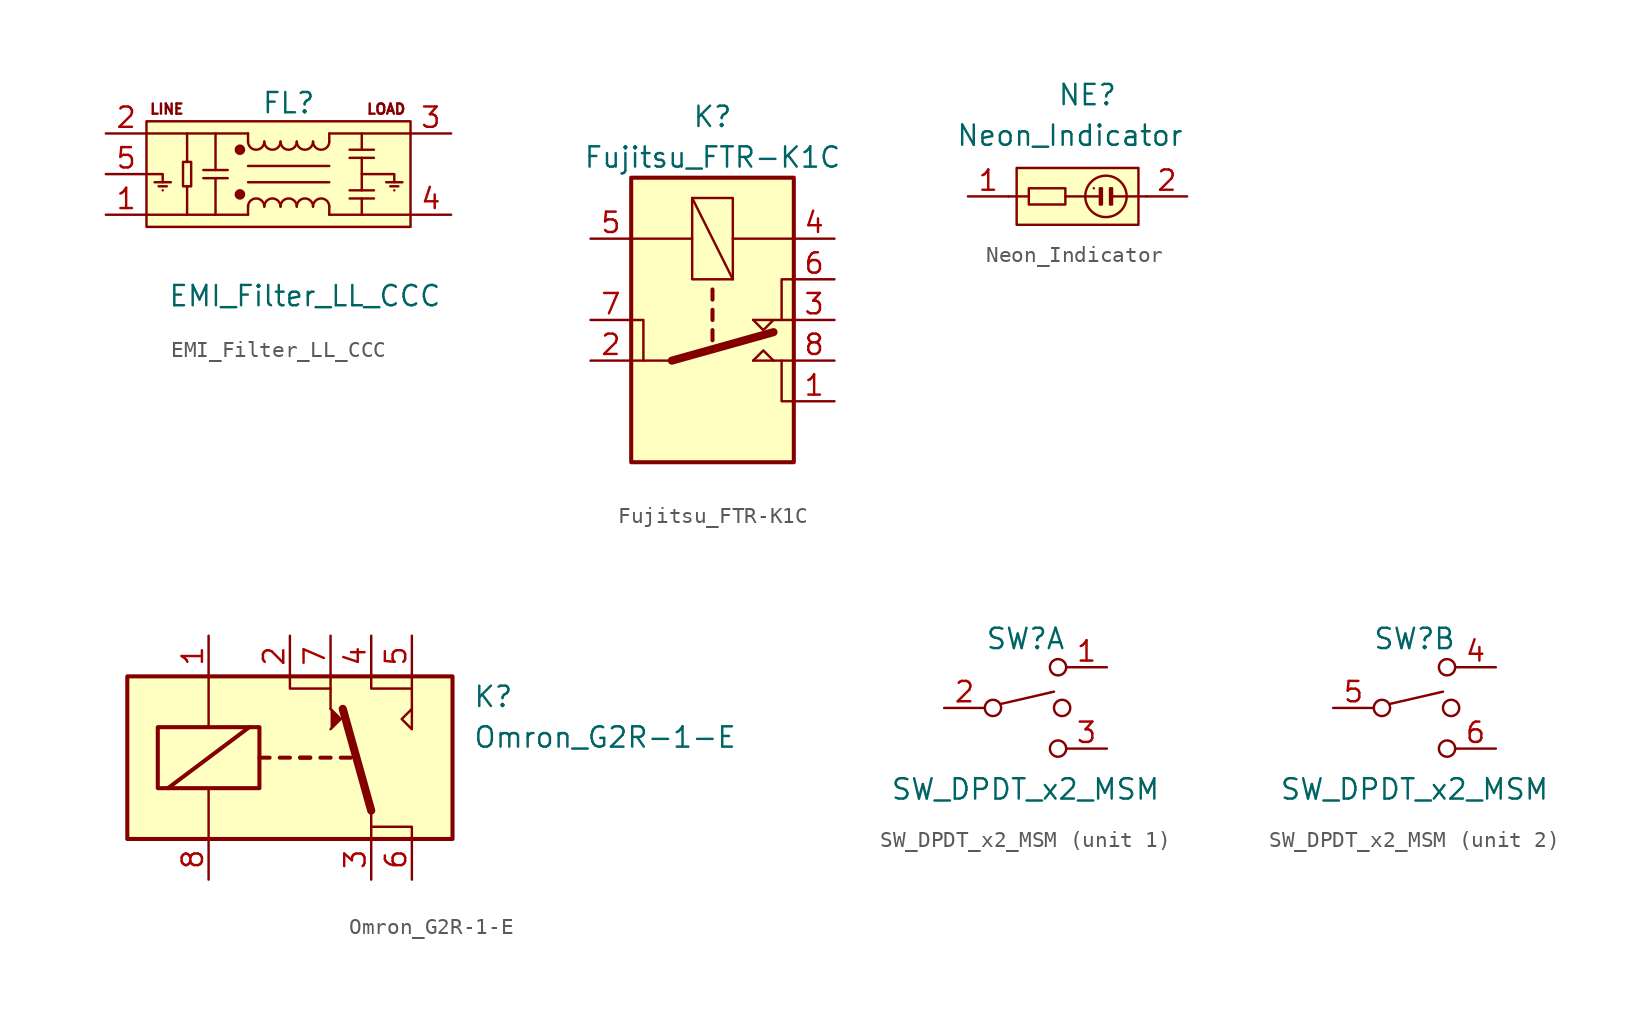
<source format=kicad_sym>
(kicad_symbol_lib
  (version 20211014)
  (generator kicad_symbol_editor)
  (symbol "EMI_Filter_LL_CCC"
    (pin_names hide)
    (property "Reference" "FL"
      (at 0 4.445 0)
      (effects (font (size 1.27 1.27))))
    (property "Value" "EMI_Filter_LL_CCC"
      (at 1.016 -7.62 0)
      (effects (font (size 1.27 1.27))))
    (symbol "EMI_Filter_LL_CCC_0_0"
      (text "LINE" (at -7.62 4.064 0) (effects (font (size 0.635 0.635))))
      (text "LOAD" (at 6.096 4.064 0) (effects (font (size 0.635 0.635)))))
    (symbol "EMI_Filter_LL_CCC_0_1"
      (rectangle (start -8.89 3.302) (end 7.62 -3.302) (stroke (width 0) (type default) (color 0 0 0 0)) (fill (type background)))
      (rectangle (start -6.604 0.762) (end -6.096 -0.762) (stroke (width 0) (type default) (color 0 0 0 0)) (fill (type none)))
      (circle (center -3.048 -1.27) (radius 0.254) (stroke (width 0) (type default) (color 0 0 0 0)) (fill (type outline)))
      (circle (center -3.048 1.524) (radius 0.254) (stroke (width 0) (type default) (color 0 0 0 0)) (fill (type outline)))
      (arc (start -2.54 2.032) (mid -2.032 1.524) (end -1.524 2.032) (stroke (width 0) (type default) (color 0 0 0 0)) (fill (type none)))
      (arc (start -1.524 -2.032) (mid -2.032 -1.524) (end -2.54 -2.032) (stroke (width 0) (type default) (color 0 0 0 0)) (fill (type none)))
      (arc (start -1.524 2.032) (mid -1.016 1.524) (end -0.508 2.032) (stroke (width 0) (type default) (color 0 0 0 0)) (fill (type none)))
      (arc (start -0.508 -2.032) (mid -1.016 -1.524) (end -1.524 -2.032) (stroke (width 0) (type default) (color 0 0 0 0)) (fill (type none)))
      (arc (start -0.508 2.032) (mid 0 1.524) (end 0.508 2.032) (stroke (width 0) (type default) (color 0 0 0 0)) (fill (type none)))
      (polyline (pts (xy -7.874 -1.016) (xy -7.874 -1.016)) (stroke (width 0) (type default) (color 0 0 0 0)) (fill (type none)))
      (polyline (pts (xy -7.62 -0.762) (xy -8.128 -0.762)) (stroke (width 0) (type default) (color 0 0 0 0)) (fill (type none)))
      (polyline (pts (xy -7.366 -0.508) (xy -8.382 -0.508)) (stroke (width 0) (type default) (color 0 0 0 0)) (fill (type none)))
      (polyline (pts (xy -6.35 -0.762) (xy -6.35 -2.54)) (stroke (width 0) (type default) (color 0 0 0 0)) (fill (type none)))
      (polyline (pts (xy -6.35 0.762) (xy -6.35 2.54)) (stroke (width 0) (type default) (color 0 0 0 0)) (fill (type none)))
      (polyline (pts (xy -4.572 -0.254) (xy -4.572 -2.54)) (stroke (width 0) (type default) (color 0 0 0 0)) (fill (type none)))
      (polyline (pts (xy -4.572 2.54) (xy -4.572 0.254)) (stroke (width 0) (type default) (color 0 0 0 0)) (fill (type none)))
      (polyline (pts (xy -3.81 -0.254) (xy -5.334 -0.254)) (stroke (width 0) (type default) (color 0 0 0 0)) (fill (type none)))
      (polyline (pts (xy -3.81 0.254) (xy -5.334 0.254)) (stroke (width 0) (type default) (color 0 0 0 0)) (fill (type none)))
      (polyline (pts (xy -2.54 -2.54) (xy -8.89 -2.54)) (stroke (width 0) (type default) (color 0 0 0 0)) (fill (type none)))
      (polyline (pts (xy -2.54 -2.032) (xy -2.54 -2.54)) (stroke (width 0) (type default) (color 0 0 0 0)) (fill (type none)))
      (polyline (pts (xy -2.54 0.508) (xy 2.54 0.508)) (stroke (width 0) (type default) (color 0 0 0 0)) (fill (type none)))
      (polyline (pts (xy -2.54 2.032) (xy -2.54 2.54)) (stroke (width 0) (type default) (color 0 0 0 0)) (fill (type none)))
      (polyline (pts (xy -2.54 2.54) (xy -8.89 2.54)) (stroke (width 0) (type default) (color 0 0 0 0)) (fill (type none)))
      (polyline (pts (xy 2.54 -2.54) (xy 7.62 -2.54)) (stroke (width 0) (type default) (color 0 0 0 0)) (fill (type none)))
      (polyline (pts (xy 2.54 -2.032) (xy 2.54 -2.54)) (stroke (width 0) (type default) (color 0 0 0 0)) (fill (type none)))
      (polyline (pts (xy 2.54 -0.508) (xy -2.54 -0.508)) (stroke (width 0) (type default) (color 0 0 0 0)) (fill (type none)))
      (polyline (pts (xy 2.54 2.54) (xy 2.54 2.032)) (stroke (width 0) (type default) (color 0 0 0 0)) (fill (type none)))
      (polyline (pts (xy 2.54 2.54) (xy 7.62 2.54)) (stroke (width 0) (type default) (color 0 0 0 0)) (fill (type none)))
      (polyline (pts (xy 3.81 -1.524) (xy 5.334 -1.524)) (stroke (width 0) (type default) (color 0 0 0 0)) (fill (type none)))
      (polyline (pts (xy 3.81 -1.016) (xy 5.334 -1.016)) (stroke (width 0) (type default) (color 0 0 0 0)) (fill (type none)))
      (polyline (pts (xy 3.81 1.016) (xy 5.334 1.016)) (stroke (width 0) (type default) (color 0 0 0 0)) (fill (type none)))
      (polyline (pts (xy 3.81 1.524) (xy 5.334 1.524)) (stroke (width 0) (type default) (color 0 0 0 0)) (fill (type none)))
      (polyline (pts (xy 4.572 -1.524) (xy 4.572 -2.54)) (stroke (width 0) (type default) (color 0 0 0 0)) (fill (type none)))
      (polyline (pts (xy 4.572 1.016) (xy 4.572 -1.016)) (stroke (width 0) (type default) (color 0 0 0 0)) (fill (type none)))
      (polyline (pts (xy 4.572 2.54) (xy 4.572 1.524)) (stroke (width 0) (type default) (color 0 0 0 0)) (fill (type none)))
      (polyline (pts (xy 6.604 -1.016) (xy 6.604 -1.016)) (stroke (width 0) (type default) (color 0 0 0 0)) (fill (type none)))
      (polyline (pts (xy 6.858 -0.762) (xy 6.35 -0.762)) (stroke (width 0) (type default) (color 0 0 0 0)) (fill (type none)))
      (polyline (pts (xy 7.112 -0.508) (xy 6.096 -0.508)) (stroke (width 0) (type default) (color 0 0 0 0)) (fill (type none)))
      (polyline (pts (xy -7.874 -0.508) (xy -7.874 0) (xy -8.89 0)) (stroke (width 0) (type default) (color 0 0 0 0)) (fill (type none)))
      (polyline (pts (xy 6.604 -0.508) (xy 6.604 0) (xy 4.572 0)) (stroke (width 0) (type default) (color 0 0 0 0)) (fill (type none)))
      (arc (start 0.508 -2.032) (mid 0 -1.524) (end -0.508 -2.032) (stroke (width 0) (type default) (color 0 0 0 0)) (fill (type none)))
      (arc (start 0.508 2.032) (mid 1.016 1.524) (end 1.524 2.032) (stroke (width 0) (type default) (color 0 0 0 0)) (fill (type none)))
      (arc (start 1.524 -2.032) (mid 1.016 -1.524) (end 0.508 -2.032) (stroke (width 0) (type default) (color 0 0 0 0)) (fill (type none)))
      (arc (start 1.524 2.032) (mid 2.032 1.524) (end 2.54 2.032) (stroke (width 0) (type default) (color 0 0 0 0)) (fill (type none)))
      (arc (start 2.54 -2.032) (mid 2.032 -1.524) (end 1.524 -2.032) (stroke (width 0) (type default) (color 0 0 0 0)) (fill (type none))))
    (symbol "EMI_Filter_LL_CCC_1_1"
      (pin passive line (at -11.43 -2.54 0) (length 2.54) (name "1" (effects (font (size 1.27 1.27)))) (number "1" (effects (font (size 1.27 1.27)))))
      (pin passive line (at -11.43 2.54 0) (length 2.54) (name "2" (effects (font (size 1.27 1.27)))) (number "2" (effects (font (size 1.27 1.27)))))
      (pin passive line (at 10.16 2.54 180) (length 2.54) (name "3" (effects (font (size 1.27 1.27)))) (number "3" (effects (font (size 1.27 1.27)))))
      (pin passive line (at 10.16 -2.54 180) (length 2.54) (name "4" (effects (font (size 1.27 1.27)))) (number "4" (effects (font (size 1.27 1.27)))))
      (pin passive line (at -11.43 0 0) (length 2.54) (name "5" (effects (font (size 1.27 1.27)))) (number "5" (effects (font (size 1.27 1.27)))))))
  (symbol "Fujitsu_FTR-K1C"
    (property "Reference" "K"
      (at 0 12.7 0)
      (effects (font (size 1.27 1.27))))
    (property "Value" "Fujitsu_FTR-K1C"
      (at 0 10.16 0)
      (effects (font (size 1.27 1.27))))
    (symbol "Fujitsu_FTR-K1C_0_1"
      (rectangle (start -1.27 7.62) (end 1.27 2.54) (stroke (width 0) (type default) (color 0 0 0 0)) (fill (type none)))
      (polyline (pts (xy -1.27 7.62) (xy 1.27 2.54)) (stroke (width 0) (type default) (color 0 0 0 0)) (fill (type none)))
      (polyline (pts (xy 5.08 -2.54) (xy 2.54 -2.54)) (stroke (width 0) (type default) (color 0 0 0 0)) (fill (type none)))
      (polyline (pts (xy -5.08 0) (xy -4.318 0) (xy -4.318 -2.54)) (stroke (width 0) (type default) (color 0 0 0 0)) (fill (type none)))
      (polyline (pts (xy 2.54 0) (xy 3.175 -0.635) (xy 3.81 0)) (stroke (width 0) (type default) (color 0 0 0 0)) (fill (type none)))
      (polyline (pts (xy 4.318 -2.54) (xy 4.318 -5.08) (xy 5.08 -5.08)) (stroke (width 0) (type default) (color 0 0 0 0)) (fill (type none)))
      (polyline (pts (xy 5.08 2.54) (xy 4.318 2.54) (xy 4.318 0)) (stroke (width 0) (type default) (color 0 0 0 0)) (fill (type none))))
    (symbol "Fujitsu_FTR-K1C_1_1"
      (polyline (pts (xy -2.54 -2.54) (xy -5.08 -2.54)) (stroke (width 0) (type default) (color 0 0 0 0)) (fill (type none)))
      (polyline (pts (xy -2.54 -2.54) (xy 3.81 -0.762)) (stroke (width 0.508) (type default) (color 0 0 0 0)) (fill (type none)))
      (polyline (pts (xy 0 -0.635) (xy 0 -1.27)) (stroke (width 0.254) (type default) (color 0 0 0 0)) (fill (type none)))
      (polyline (pts (xy 0 0.635) (xy 0 0)) (stroke (width 0.254) (type default) (color 0 0 0 0)) (fill (type none)))
      (polyline (pts (xy 0 1.905) (xy 0 1.27)) (stroke (width 0.254) (type default) (color 0 0 0 0)) (fill (type none)))
      (polyline (pts (xy 2.54 0) (xy 5.08 0)) (stroke (width 0) (type default) (color 0 0 0 0)) (fill (type none)))
      (polyline (pts (xy 5.08 5.08) (xy 1.27 5.08)) (stroke (width 0) (type default) (color 0 0 0 0)) (fill (type none)))
      (polyline (pts (xy -5.08 5.08) (xy -1.27 5.08) (xy -1.524 5.08)) (stroke (width 0) (type default) (color 0 0 0 0)) (fill (type none)))
      (polyline (pts (xy 2.54 -2.54) (xy 3.175 -1.905) (xy 3.81 -2.54)) (stroke (width 0) (type default) (color 0 0 0 0)) (fill (type none)))
      (rectangle (start 5.08 8.89) (end -5.08 -8.89) (stroke (width 0.254) (type default) (color 0 0 0 0)) (fill (type background)))
      (pin passive line (at 7.62 -5.08 180) (length 2.54) (name "~" (effects (font (size 1.27 1.27)))) (number "1" (effects (font (size 1.27 1.27)))))
      (pin passive line (at -7.62 -2.54 0) (length 2.54) (name "~" (effects (font (size 1.27 1.27)))) (number "2" (effects (font (size 1.27 1.27)))))
      (pin passive line (at 7.62 0 180) (length 2.54) (name "~" (effects (font (size 1.27 1.27)))) (number "3" (effects (font (size 1.27 1.27)))))
      (pin passive line (at 7.62 5.08 180) (length 2.54) (name "~" (effects (font (size 1.27 1.27)))) (number "4" (effects (font (size 1.27 1.27)))))
      (pin passive line (at -7.62 5.08 0) (length 2.54) (name "~" (effects (font (size 1.27 1.27)))) (number "5" (effects (font (size 1.27 1.27)))))
      (pin passive line (at 7.62 2.54 180) (length 2.54) (name "~" (effects (font (size 1.27 1.27)))) (number "6" (effects (font (size 1.27 1.27)))))
      (pin passive line (at -7.62 0 0) (length 2.54) (name "~" (effects (font (size 1.27 1.27)))) (number "7" (effects (font (size 1.27 1.27)))))
      (pin passive line (at 7.62 -2.54 180) (length 2.54) (name "~" (effects (font (size 1.27 1.27)))) (number "8" (effects (font (size 1.27 1.27)))))))
  (symbol "Neon_Indicator"
    (pin_names
      (offset 0.025) hide)
    (property "Reference" "NE"
      (at -1.27 6.35 0)
      (effects (font (size 1.27 1.27)) (justify left)))
    (property "Value" "Neon_Indicator"
      (at -7.62 3.81 0)
      (effects (font (size 1.27 1.27)) (justify left)))
    (symbol "Neon_Indicator_0_1"
      (rectangle (start -0.762 0.508) (end -3.048 -0.508) (stroke (width 0) (type default) (color 0 0 0 0)) (fill (type none)))
      (polyline (pts (xy -3.048 0) (xy -4.318 0)) (stroke (width 0) (type default) (color 0 0 0 0)) (fill (type none)))
      (polyline (pts (xy -0.762 0) (xy 1.524 0)) (stroke (width 0) (type default) (color 0 0 0 0)) (fill (type none)))
      (polyline (pts (xy 1.016 0.508) (xy 1.016 0.508)) (stroke (width 0) (type default) (color 0 0 0 0)) (fill (type none)))
      (polyline (pts (xy 2.159 0) (xy 4.318 0)) (stroke (width 0) (type default) (color 0 0 0 0)) (fill (type none)))
      (rectangle (start 1.524 -0.508) (end 1.397 0.508) (stroke (width 0) (type default) (color 0 0 0 0)) (fill (type outline)))
      (circle (center 1.778 0) (radius 1.295) (stroke (width 0) (type default) (color 0 0 0 0)) (fill (type none)))
      (rectangle (start 2.159 -0.508) (end 2.032 0.508) (stroke (width 0) (type default) (color 0 0 0 0)) (fill (type outline)))
      (rectangle (start 3.81 1.778) (end -3.81 -1.778) (stroke (width 0) (type default) (color 0 0 0 0)) (fill (type background))))
    (symbol "Neon_Indicator_1_1"
      (pin passive line (at -6.858 0 0) (length 2.54) (name "~" (effects (font (size 1.27 1.27)))) (number "1" (effects (font (size 1.27 1.27)))))
      (pin passive line (at 6.858 0 180) (length 2.54) (name "~" (effects (font (size 1.27 1.27)))) (number "2" (effects (font (size 1.27 1.27)))))))
  (symbol "Omron_G2R-1-E"
    (pin_names
      (offset 1.016))
    (property "Reference" "K"
      (at 11.43 3.81 0)
      (effects (font (size 1.27 1.27)) (justify left)))
    (property "Value" "Omron_G2R-1-E"
      (at 11.43 1.27 0)
      (effects (font (size 1.27 1.27)) (justify left)))
    (symbol "Omron_G2R-1-E_0_0"
      (polyline (pts (xy 2.54 3.048) (xy 2.54 5.08)) (stroke (width 0) (type default) (color 0 0 0 0)) (fill (type none)))
      (polyline (pts (xy 7.62 3.048) (xy 7.62 5.08)) (stroke (width 0) (type default) (color 0 0 0 0)) (fill (type none)))
      (polyline (pts (xy 7.62 3.048) (xy 7.62 1.778) (xy 6.985 2.413) (xy 7.62 3.048)) (stroke (width 0) (type default) (color 0 0 0 0)) (fill (type none))))
    (symbol "Omron_G2R-1-E_0_1"
      (rectangle (start -10.16 5.08) (end 10.16 -5.08) (stroke (width 0.254) (type default) (color 0 0 0 0)) (fill (type background)))
      (rectangle (start -8.255 1.905) (end -1.905 -1.905) (stroke (width 0.254) (type default) (color 0 0 0 0)) (fill (type none)))
      (polyline (pts (xy -7.62 -1.905) (xy -2.54 1.905)) (stroke (width 0.254) (type default) (color 0 0 0 0)) (fill (type none)))
      (polyline (pts (xy -5.08 -5.08) (xy -5.08 -1.905)) (stroke (width 0) (type default) (color 0 0 0 0)) (fill (type none)))
      (polyline (pts (xy -5.08 5.08) (xy -5.08 1.905)) (stroke (width 0) (type default) (color 0 0 0 0)) (fill (type none)))
      (polyline (pts (xy -1.905 0) (xy -1.27 0)) (stroke (width 0.254) (type default) (color 0 0 0 0)) (fill (type none)))
      (polyline (pts (xy -0.635 0) (xy 0 0)) (stroke (width 0.254) (type default) (color 0 0 0 0)) (fill (type none)))
      (polyline (pts (xy 0.635 0) (xy 1.27 0)) (stroke (width 0.254) (type default) (color 0 0 0 0)) (fill (type none)))
      (polyline (pts (xy 0.635 0) (xy 1.27 0)) (stroke (width 0.254) (type default) (color 0 0 0 0)) (fill (type none)))
      (polyline (pts (xy 1.905 0) (xy 2.54 0)) (stroke (width 0.254) (type default) (color 0 0 0 0)) (fill (type none)))
      (polyline (pts (xy 3.175 0) (xy 3.81 0)) (stroke (width 0.254) (type default) (color 0 0 0 0)) (fill (type none)))
      (polyline (pts (xy 5.08 -3.302) (xy 3.302 3.048)) (stroke (width 0.508) (type default) (color 0 0 0 0)) (fill (type none)))
      (polyline (pts (xy 5.08 -3.302) (xy 5.08 -5.08)) (stroke (width 0) (type default) (color 0 0 0 0)) (fill (type none)))
      (polyline (pts (xy 0 5.08) (xy 0 4.318) (xy 2.54 4.318)) (stroke (width 0) (type default) (color 0 0 0 0)) (fill (type none)))
      (polyline (pts (xy 2.54 1.778) (xy 3.175 2.413) (xy 2.54 3.048)) (stroke (width 0) (type default) (color 0 0 0 0)) (fill (type outline)))
      (polyline (pts (xy 5.08 5.08) (xy 5.08 4.318) (xy 7.62 4.318)) (stroke (width 0) (type default) (color 0 0 0 0)) (fill (type none)))
      (polyline (pts (xy 7.62 -5.08) (xy 7.62 -4.318) (xy 5.08 -4.318)) (stroke (width 0) (type default) (color 0 0 0 0)) (fill (type none))))
    (symbol "Omron_G2R-1-E_1_1"
      (pin passive line (at -5.08 7.62 270) (length 2.54) (name "~" (effects (font (size 1.27 1.27)))) (number "1" (effects (font (size 1.27 1.27)))))
      (pin passive line (at 0 7.62 270) (length 2.54) (name "~" (effects (font (size 1.27 1.27)))) (number "2" (effects (font (size 1.27 1.27)))))
      (pin passive line (at 5.08 -7.62 90) (length 2.54) (name "~" (effects (font (size 1.27 1.27)))) (number "3" (effects (font (size 1.27 1.27)))))
      (pin passive line (at 5.08 7.62 270) (length 2.54) (name "~" (effects (font (size 1.27 1.27)))) (number "4" (effects (font (size 1.27 1.27)))))
      (pin passive line (at 7.62 7.62 270) (length 2.54) (name "~" (effects (font (size 1.27 1.27)))) (number "5" (effects (font (size 1.27 1.27)))))
      (pin passive line (at 7.62 -7.62 90) (length 2.54) (name "~" (effects (font (size 1.27 1.27)))) (number "6" (effects (font (size 1.27 1.27)))))
      (pin passive line (at 2.54 7.62 270) (length 2.54) (name "~" (effects (font (size 1.27 1.27)))) (number "7" (effects (font (size 1.27 1.27)))))
      (pin passive line (at -5.08 -7.62 90) (length 2.54) (name "~" (effects (font (size 1.27 1.27)))) (number "8" (effects (font (size 1.27 1.27)))))))
  (symbol "SW_DPDT_x2_MSM"
    (pin_names
      (offset 0) hide)
    (property "Reference" "SW"
      (at 0 4.318 0)
      (effects (font (size 1.27 1.27))))
    (property "Value" "SW_DPDT_x2_MSM"
      (at 0 -5.08 0)
      (effects (font (size 1.27 1.27))))
    (symbol "SW_DPDT_x2_MSM_0_0"
      (circle (center -2.032 0) (radius 0.508) (stroke (width 0) (type default) (color 0 0 0 0)) (fill (type none)))
      (circle (center 2.032 -2.54) (radius 0.508) (stroke (width 0) (type default) (color 0 0 0 0)) (fill (type none))))
    (symbol "SW_DPDT_x2_MSM_0_1"
      (polyline (pts (xy -1.524 0.254) (xy 1.778 1.016)) (stroke (width 0) (type default) (color 0 0 0 0)) (fill (type none)))
      (circle (center 2.032 2.54) (radius 0.508) (stroke (width 0) (type default) (color 0 0 0 0)) (fill (type none)))
      (circle (center 2.286 0) (radius 0.508) (stroke (width 0) (type default) (color 0 0 0 0)) (fill (type none))))
    (symbol "SW_DPDT_x2_MSM_1_1"
      (pin passive line (at 5.08 2.54 180) (length 2.54) (name "A" (effects (font (size 1.27 1.27)))) (number "1" (effects (font (size 1.27 1.27)))))
      (pin passive line (at -5.08 0 0) (length 2.54) (name "B" (effects (font (size 1.27 1.27)))) (number "2" (effects (font (size 1.27 1.27)))))
      (pin passive line (at 5.08 -2.54 180) (length 2.54) (name "C" (effects (font (size 1.27 1.27)))) (number "3" (effects (font (size 1.27 1.27))))))
    (symbol "SW_DPDT_x2_MSM_2_1"
      (pin passive line (at 5.08 2.54 180) (length 2.54) (name "A" (effects (font (size 1.27 1.27)))) (number "4" (effects (font (size 1.27 1.27)))))
      (pin passive line (at -5.08 0 0) (length 2.54) (name "B" (effects (font (size 1.27 1.27)))) (number "5" (effects (font (size 1.27 1.27)))))
      (pin passive line (at 5.08 -2.54 180) (length 2.54) (name "C" (effects (font (size 1.27 1.27)))) (number "6" (effects (font (size 1.27 1.27))))))))
</source>
